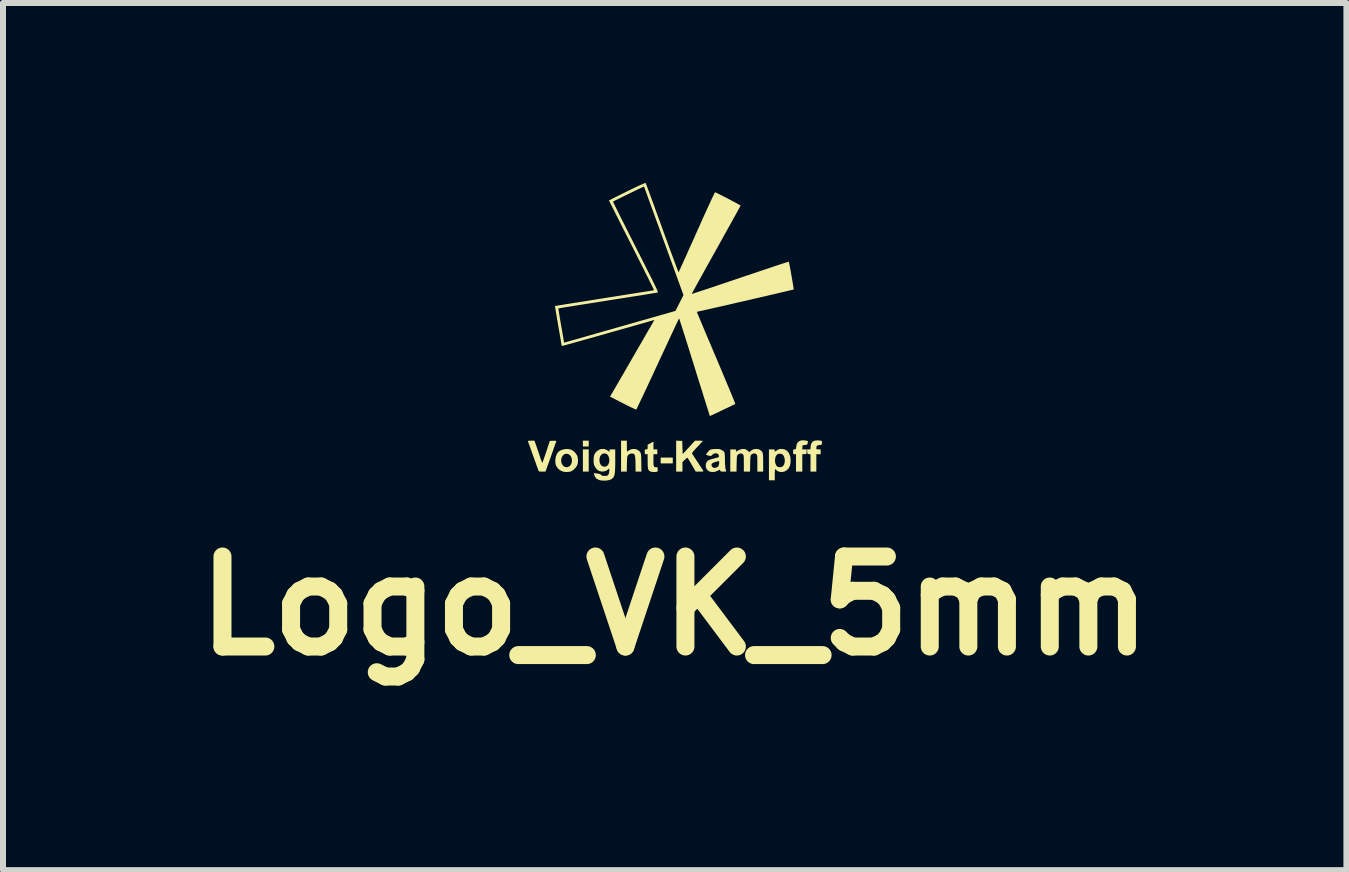
<source format=kicad_pcb>
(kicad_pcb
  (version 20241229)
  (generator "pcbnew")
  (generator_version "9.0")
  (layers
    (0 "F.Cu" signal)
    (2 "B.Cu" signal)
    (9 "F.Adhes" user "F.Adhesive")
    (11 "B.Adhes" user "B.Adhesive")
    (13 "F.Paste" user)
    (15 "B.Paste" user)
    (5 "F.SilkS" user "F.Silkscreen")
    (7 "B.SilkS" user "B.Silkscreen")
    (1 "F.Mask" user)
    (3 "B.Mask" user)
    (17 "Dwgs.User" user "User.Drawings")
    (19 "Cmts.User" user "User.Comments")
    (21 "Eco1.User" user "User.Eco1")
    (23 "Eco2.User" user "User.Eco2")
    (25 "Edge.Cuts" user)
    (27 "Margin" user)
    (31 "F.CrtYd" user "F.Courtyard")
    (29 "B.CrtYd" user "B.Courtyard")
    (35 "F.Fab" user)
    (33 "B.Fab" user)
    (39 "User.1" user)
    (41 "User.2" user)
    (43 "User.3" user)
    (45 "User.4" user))
  (footprint "Logo_VK_5mm"
    (layer "F.Cu")
    (at 8.193 2.473)
    (property "Reference" "Logo_VK_5mm" (at 0 4.572 0) (layer "F.SilkS") (effects (font (size 1.5 1.5) (thickness 0.3))))
    (attr board_only exclude_from_pos_files exclude_from_bom)
    (fp_poly (pts (xy -1.433 1.868) (xy -1.433 1.917) (xy -1.482 1.917) (xy -1.53 1.917) (xy -1.53 1.868) (xy -1.53 1.82) (xy -1.482 1.82) (xy -1.433 1.82)) (stroke (width 0) (type solid)) (fill yes) (layer "F.SilkS"))
    (fp_poly (pts (xy -1.433 2.15) (xy -1.433 2.335) (xy -1.482 2.335) (xy -1.53 2.335) (xy -1.53 2.15) (xy -1.53 1.965) (xy -1.482 1.965) (xy -1.433 1.965)) (stroke (width 0) (type solid)) (fill yes) (layer "F.SilkS"))
    (fp_poly (pts (xy -0.032 2.15) (xy -0.032 2.199) (xy -0.133 2.199) (xy -0.234 2.199) (xy -0.234 2.15) (xy -0.234 2.102) (xy -0.133 2.102) (xy -0.032 2.102)) (stroke (width 0) (type solid)) (fill yes) (layer "F.SilkS"))
    (fp_poly (pts (xy 2.42 1.818) (xy 2.442 1.823) (xy 2.453 1.829) (xy 2.455 1.842) (xy 2.453 1.862) (xy 2.453 1.865) (xy 2.448 1.882) (xy 2.441 1.89) (xy 2.424 1.892) (xy 2.412 1.893) (xy 2.383 1.897) (xy 2.366 1.91) (xy 2.36 1.935) (xy 2.36 1.944) (xy 2.361 1.957) (xy 2.368 1.963) (xy 2.385 1.965) (xy 2.396 1.965) (xy 2.432 1.965) (xy 2.432 2.005) (xy 2.432 2.046) (xy 2.396 2.046) (xy 2.36 2.046) (xy 2.36 2.19) (xy 2.36 2.335) (xy 2.311 2.335) (xy 2.263 2.335) (xy 2.263 2.191) (xy 2.263 2.047) (xy 2.237 2.044) (xy 2.221 2.041) (xy 2.213 2.035) (xy 2.209 2.019) (xy 2.208 2.003) (xy 2.206 1.965) (xy 2.233 1.965) (xy 2.261 1.965) (xy 2.265 1.916) (xy 2.273 1.875) (xy 2.289 1.846) (xy 2.315 1.827) (xy 2.338 1.819) (xy 2.363 1.816) (xy 2.392 1.815)) (stroke (width 0) (type solid)) (fill yes) (layer "F.SilkS"))
    (fp_poly (pts (xy 2.154 1.815) (xy 2.182 1.818) (xy 2.205 1.822) (xy 2.217 1.826) (xy 2.218 1.827) (xy 2.219 1.838) (xy 2.216 1.857) (xy 2.216 1.861) (xy 2.211 1.877) (xy 2.203 1.886) (xy 2.187 1.891) (xy 2.17 1.893) (xy 2.13 1.897) (xy 2.128 1.931) (xy 2.125 1.965) (xy 2.162 1.965) (xy 2.199 1.965) (xy 2.197 2.003) (xy 2.195 2.042) (xy 2.16 2.044) (xy 2.126 2.046) (xy 2.126 2.191) (xy 2.126 2.335) (xy 2.074 2.335) (xy 2.021 2.335) (xy 2.021 2.19) (xy 2.021 2.046) (xy 1.997 2.046) (xy 1.983 2.045) (xy 1.976 2.039) (xy 1.973 2.025) (xy 1.973 2.005) (xy 1.974 1.981) (xy 1.977 1.97) (xy 1.985 1.965) (xy 1.996 1.965) (xy 2.009 1.964) (xy 2.017 1.959) (xy 2.021 1.946) (xy 2.025 1.921) (xy 2.026 1.915) (xy 2.036 1.871) (xy 2.056 1.841) (xy 2.087 1.822) (xy 2.106 1.817) (xy 2.127 1.815)) (stroke (width 0) (type solid)) (fill yes) (layer "F.SilkS"))
    (fp_poly (pts (xy -0.797 1.914) (xy -0.797 1.954) (xy -0.796 1.98) (xy -0.795 1.994) (xy -0.792 2) (xy -0.787 1.999) (xy -0.783 1.995) (xy -0.745 1.971) (xy -0.703 1.959) (xy -0.661 1.959) (xy -0.622 1.971) (xy -0.589 1.994) (xy -0.579 2.006) (xy -0.572 2.017) (xy -0.567 2.027) (xy -0.564 2.041) (xy -0.561 2.06) (xy -0.559 2.088) (xy -0.558 2.126) (xy -0.557 2.177) (xy -0.557 2.184) (xy -0.554 2.335) (xy -0.603 2.335) (xy -0.652 2.335) (xy -0.653 2.229) (xy -0.654 2.162) (xy -0.657 2.11) (xy -0.663 2.073) (xy -0.671 2.05) (xy -0.676 2.043) (xy -0.689 2.037) (xy -0.711 2.034) (xy -0.717 2.034) (xy -0.745 2.038) (xy -0.768 2.053) (xy -0.771 2.056) (xy -0.779 2.065) (xy -0.785 2.073) (xy -0.789 2.085) (xy -0.792 2.102) (xy -0.794 2.127) (xy -0.795 2.163) (xy -0.796 2.207) (xy -0.799 2.335) (xy -0.846 2.335) (xy -0.894 2.335) (xy -0.894 2.078) (xy -0.894 1.82) (xy -0.846 1.82) (xy -0.797 1.82)) (stroke (width 0) (type solid)) (fill yes) (layer "F.SilkS"))
    (fp_poly (pts (xy -0.354 1.9) (xy -0.354 1.965) (xy -0.322 1.965) (xy -0.29 1.965) (xy -0.29 2.005) (xy -0.29 2.046) (xy -0.322 2.046) (xy -0.354 2.046) (xy -0.354 2.145) (xy -0.354 2.192) (xy -0.352 2.224) (xy -0.347 2.246) (xy -0.339 2.257) (xy -0.327 2.262) (xy -0.31 2.261) (xy -0.309 2.261) (xy -0.295 2.261) (xy -0.288 2.266) (xy -0.285 2.282) (xy -0.283 2.296) (xy -0.283 2.319) (xy -0.286 2.331) (xy -0.296 2.337) (xy -0.3 2.338) (xy -0.329 2.343) (xy -0.362 2.342) (xy -0.392 2.338) (xy -0.41 2.332) (xy -0.425 2.322) (xy -0.435 2.31) (xy -0.443 2.292) (xy -0.447 2.266) (xy -0.45 2.23) (xy -0.451 2.181) (xy -0.451 2.164) (xy -0.451 2.046) (xy -0.475 2.046) (xy -0.489 2.045) (xy -0.497 2.039) (xy -0.499 2.025) (xy -0.499 2.005) (xy -0.499 1.981) (xy -0.496 1.97) (xy -0.487 1.965) (xy -0.475 1.965) (xy -0.461 1.964) (xy -0.454 1.958) (xy -0.451 1.944) (xy -0.451 1.927) (xy -0.451 1.888) (xy -0.403 1.862) (xy -0.354 1.835)) (stroke (width 0) (type solid)) (fill yes) (layer "F.SilkS"))
    (fp_poly (pts (xy -1.74 1.965) (xy -1.706 1.981) (xy -1.672 2.007) (xy -1.643 2.04) (xy -1.623 2.075) (xy -1.621 2.083) (xy -1.611 2.139) (xy -1.615 2.197) (xy -1.62 2.218) (xy -1.636 2.249) (xy -1.661 2.281) (xy -1.691 2.309) (xy -1.722 2.329) (xy -1.736 2.335) (xy -1.773 2.341) (xy -1.814 2.342) (xy -1.85 2.338) (xy -1.86 2.336) (xy -1.911 2.313) (xy -1.95 2.279) (xy -1.978 2.235) (xy -1.981 2.227) (xy -1.986 2.207) (xy -1.989 2.177) (xy -1.99 2.15) (xy -1.893 2.15) (xy -1.887 2.191) (xy -1.871 2.224) (xy -1.848 2.248) (xy -1.82 2.261) (xy -1.789 2.262) (xy -1.758 2.249) (xy -1.747 2.241) (xy -1.725 2.211) (xy -1.714 2.174) (xy -1.713 2.134) (xy -1.722 2.096) (xy -1.742 2.065) (xy -1.747 2.06) (xy -1.777 2.042) (xy -1.808 2.037) (xy -1.838 2.046) (xy -1.863 2.066) (xy -1.882 2.096) (xy -1.892 2.134) (xy -1.893 2.15) (xy -1.99 2.15) (xy -1.99 2.149) (xy -1.983 2.091) (xy -1.963 2.04) (xy -1.942 2.01) (xy -1.912 1.987) (xy -1.872 1.97) (xy -1.825 1.96) (xy -1.777 1.959)) (stroke (width 0) (type solid)) (fill yes) (layer "F.SilkS"))
    (fp_poly (pts (xy 0.074 1.822) (xy 0.125 1.824) (xy 0.129 1.934) (xy 0.133 2.044) (xy 0.236 1.932) (xy 0.339 1.82) (xy 0.403 1.82) (xy 0.433 1.821) (xy 0.455 1.822) (xy 0.466 1.824) (xy 0.467 1.825) (xy 0.462 1.832) (xy 0.447 1.849) (xy 0.425 1.873) (xy 0.397 1.903) (xy 0.375 1.926) (xy 0.341 1.963) (xy 0.314 1.993) (xy 0.296 2.016) (xy 0.288 2.029) (xy 0.288 2.032) (xy 0.294 2.042) (xy 0.307 2.062) (xy 0.326 2.092) (xy 0.35 2.129) (xy 0.377 2.17) (xy 0.383 2.178) (xy 0.41 2.221) (xy 0.435 2.258) (xy 0.455 2.29) (xy 0.47 2.313) (xy 0.478 2.325) (xy 0.478 2.325) (xy 0.477 2.33) (xy 0.467 2.334) (xy 0.443 2.335) (xy 0.417 2.335) (xy 0.35 2.335) (xy 0.288 2.229) (xy 0.266 2.191) (xy 0.246 2.157) (xy 0.23 2.131) (xy 0.22 2.114) (xy 0.218 2.11) (xy 0.212 2.105) (xy 0.202 2.109) (xy 0.186 2.122) (xy 0.169 2.138) (xy 0.129 2.178) (xy 0.129 2.257) (xy 0.129 2.335) (xy 0.077 2.335) (xy 0.024 2.335) (xy 0.024 2.077) (xy 0.024 1.819)) (stroke (width 0) (type solid)) (fill yes) (layer "F.SilkS"))
    (fp_poly (pts (xy -2.305 1.911) (xy -2.289 1.958) (xy -2.27 2.013) (xy -2.252 2.067) (xy -2.242 2.096) (xy -2.23 2.132) (xy -2.219 2.162) (xy -2.211 2.182) (xy -2.207 2.19) (xy -2.207 2.19) (xy -2.203 2.183) (xy -2.195 2.163) (xy -2.184 2.131) (xy -2.17 2.09) (xy -2.153 2.043) (xy -2.141 2.007) (xy -2.081 1.824) (xy -2.027 1.822) (xy -2 1.821) (xy -1.98 1.823) (xy -1.973 1.826) (xy -1.973 1.826) (xy -1.976 1.835) (xy -1.983 1.857) (xy -1.995 1.89) (xy -2.01 1.934) (xy -2.028 1.985) (xy -2.048 2.042) (xy -2.063 2.084) (xy -2.153 2.335) (xy -2.208 2.335) (xy -2.238 2.335) (xy -2.255 2.333) (xy -2.264 2.328) (xy -2.27 2.318) (xy -2.272 2.313) (xy -2.277 2.3) (xy -2.286 2.274) (xy -2.3 2.237) (xy -2.316 2.191) (xy -2.335 2.139) (xy -2.355 2.082) (xy -2.36 2.07) (xy -2.38 2.013) (xy -2.399 1.96) (xy -2.415 1.914) (xy -2.429 1.877) (xy -2.439 1.85) (xy -2.444 1.835) (xy -2.444 1.834) (xy -2.446 1.827) (xy -2.44 1.823) (xy -2.425 1.821) (xy -2.397 1.82) (xy -2.394 1.82) (xy -2.337 1.82)) (stroke (width 0) (type solid)) (fill yes) (layer "F.SilkS"))
    (fp_poly (pts (xy 1.796 1.959) (xy 1.801 1.959) (xy 1.845 1.971) (xy 1.88 1.997) (xy 1.907 2.035) (xy 1.925 2.084) (xy 1.932 2.137) (xy 1.929 2.2) (xy 1.915 2.252) (xy 1.889 2.293) (xy 1.852 2.323) (xy 1.844 2.328) (xy 1.805 2.341) (xy 1.764 2.342) (xy 1.726 2.333) (xy 1.697 2.313) (xy 1.692 2.308) (xy 1.68 2.297) (xy 1.674 2.295) (xy 1.671 2.303) (xy 1.669 2.323) (xy 1.668 2.353) (xy 1.667 2.388) (xy 1.667 2.48) (xy 1.619 2.48) (xy 1.57 2.48) (xy 1.57 2.223) (xy 1.57 2.16) (xy 1.671 2.16) (xy 1.677 2.198) (xy 1.69 2.23) (xy 1.71 2.252) (xy 1.713 2.254) (xy 1.739 2.262) (xy 1.769 2.261) (xy 1.795 2.252) (xy 1.802 2.247) (xy 1.822 2.218) (xy 1.833 2.181) (xy 1.834 2.14) (xy 1.827 2.1) (xy 1.811 2.066) (xy 1.803 2.056) (xy 1.778 2.041) (xy 1.748 2.037) (xy 1.719 2.043) (xy 1.7 2.056) (xy 1.682 2.085) (xy 1.673 2.121) (xy 1.671 2.16) (xy 1.57 2.16) (xy 1.57 1.965) (xy 1.619 1.965) (xy 1.645 1.965) (xy 1.66 1.968) (xy 1.666 1.974) (xy 1.667 1.984) (xy 1.667 1.985) (xy 1.667 2.005) (xy 1.697 1.985) (xy 1.729 1.966) (xy 1.76 1.958)) (stroke (width 0) (type solid)) (fill yes) (layer "F.SilkS"))
    (fp_poly (pts (xy 1.17 1.96) (xy 1.171 1.96) (xy 1.19 1.969) (xy 1.212 1.984) (xy 1.219 1.989) (xy 1.246 2.013) (xy 1.261 1.996) (xy 1.292 1.973) (xy 1.328 1.96) (xy 1.368 1.958) (xy 1.406 1.966) (xy 1.438 1.985) (xy 1.457 2.007) (xy 1.463 2.018) (xy 1.467 2.03) (xy 1.47 2.046) (xy 1.472 2.069) (xy 1.473 2.101) (xy 1.474 2.145) (xy 1.474 2.184) (xy 1.474 2.335) (xy 1.425 2.335) (xy 1.377 2.335) (xy 1.377 2.199) (xy 1.377 2.148) (xy 1.376 2.112) (xy 1.375 2.086) (xy 1.373 2.069) (xy 1.369 2.057) (xy 1.364 2.049) (xy 1.36 2.045) (xy 1.338 2.033) (xy 1.311 2.034) (xy 1.285 2.047) (xy 1.276 2.054) (xy 1.27 2.061) (xy 1.266 2.071) (xy 1.263 2.086) (xy 1.261 2.109) (xy 1.259 2.142) (xy 1.258 2.187) (xy 1.258 2.203) (xy 1.255 2.335) (xy 1.203 2.335) (xy 1.152 2.335) (xy 1.152 2.199) (xy 1.151 2.148) (xy 1.151 2.112) (xy 1.15 2.086) (xy 1.147 2.069) (xy 1.144 2.057) (xy 1.139 2.049) (xy 1.135 2.045) (xy 1.113 2.033) (xy 1.086 2.034) (xy 1.059 2.047) (xy 1.051 2.054) (xy 1.045 2.061) (xy 1.041 2.071) (xy 1.037 2.086) (xy 1.035 2.109) (xy 1.034 2.142) (xy 1.033 2.187) (xy 1.032 2.203) (xy 1.03 2.335) (xy 0.978 2.335) (xy 0.926 2.335) (xy 0.926 2.15) (xy 0.926 1.965) (xy 0.974 1.965) (xy 1.001 1.965) (xy 1.016 1.968) (xy 1.022 1.974) (xy 1.023 1.984) (xy 1.023 1.985) (xy 1.023 2.005) (xy 1.054 1.985) (xy 1.092 1.967) (xy 1.132 1.958)) (stroke (width 0) (type solid)) (fill yes) (layer "F.SilkS"))
    (fp_poly (pts (xy 0.736 1.959) (xy 0.756 1.964) (xy 0.776 1.972) (xy 0.781 1.975) (xy 0.805 1.99) (xy 0.822 2.006) (xy 0.827 2.013) (xy 0.832 2.032) (xy 0.835 2.066) (xy 0.837 2.113) (xy 0.837 2.142) (xy 0.838 2.194) (xy 0.841 2.241) (xy 0.845 2.277) (xy 0.848 2.293) (xy 0.859 2.335) (xy 0.811 2.335) (xy 0.784 2.335) (xy 0.769 2.332) (xy 0.761 2.325) (xy 0.759 2.319) (xy 0.756 2.309) (xy 0.752 2.305) (xy 0.743 2.307) (xy 0.725 2.316) (xy 0.712 2.323) (xy 0.666 2.34) (xy 0.619 2.343) (xy 0.575 2.332) (xy 0.574 2.332) (xy 0.545 2.311) (xy 0.526 2.282) (xy 0.517 2.248) (xy 0.518 2.227) (xy 0.612 2.227) (xy 0.619 2.248) (xy 0.637 2.265) (xy 0.652 2.273) (xy 0.674 2.273) (xy 0.7 2.265) (xy 0.722 2.251) (xy 0.727 2.246) (xy 0.737 2.223) (xy 0.741 2.193) (xy 0.74 2.171) (xy 0.736 2.161) (xy 0.728 2.161) (xy 0.727 2.161) (xy 0.711 2.166) (xy 0.686 2.172) (xy 0.676 2.175) (xy 0.64 2.188) (xy 0.618 2.206) (xy 0.612 2.227) (xy 0.518 2.227) (xy 0.518 2.212) (xy 0.53 2.18) (xy 0.553 2.153) (xy 0.566 2.145) (xy 0.586 2.137) (xy 0.616 2.127) (xy 0.651 2.118) (xy 0.664 2.114) (xy 0.698 2.106) (xy 0.72 2.1) (xy 0.731 2.094) (xy 0.736 2.086) (xy 0.737 2.076) (xy 0.737 2.074) (xy 0.73 2.051) (xy 0.713 2.036) (xy 0.689 2.03) (xy 0.663 2.033) (xy 0.637 2.045) (xy 0.628 2.054) (xy 0.614 2.068) (xy 0.602 2.074) (xy 0.586 2.073) (xy 0.564 2.069) (xy 0.541 2.063) (xy 0.527 2.057) (xy 0.523 2.054) (xy 0.529 2.041) (xy 0.542 2.021) (xy 0.559 2) (xy 0.576 1.983) (xy 0.582 1.978) (xy 0.598 1.969) (xy 0.619 1.964) (xy 0.65 1.96) (xy 0.674 1.959) (xy 0.711 1.958)) (stroke (width 0) (type solid)) (fill yes) (layer "F.SilkS"))
    (fp_poly (pts (xy -1.153 1.965) (xy -1.121 1.982) (xy -1.117 1.985) (xy -1.087 2.005) (xy -1.087 1.985) (xy -1.086 1.974) (xy -1.08 1.968) (xy -1.066 1.965) (xy -1.04 1.965) (xy -1.039 1.965) (xy -0.991 1.965) (xy -0.991 2.145) (xy -0.991 2.222) (xy -0.993 2.285) (xy -0.996 2.335) (xy -1.001 2.374) (xy -1.008 2.404) (xy -1.019 2.427) (xy -1.032 2.444) (xy -1.049 2.458) (xy -1.067 2.468) (xy -1.1 2.478) (xy -1.142 2.485) (xy -1.188 2.486) (xy -1.231 2.482) (xy -1.251 2.478) (xy -1.278 2.467) (xy -1.302 2.453) (xy -1.309 2.448) (xy -1.321 2.432) (xy -1.333 2.41) (xy -1.342 2.388) (xy -1.345 2.371) (xy -1.344 2.364) (xy -1.335 2.363) (xy -1.314 2.365) (xy -1.288 2.368) (xy -1.255 2.374) (xy -1.235 2.382) (xy -1.225 2.391) (xy -1.215 2.401) (xy -1.2 2.406) (xy -1.174 2.408) (xy -1.168 2.408) (xy -1.135 2.406) (xy -1.114 2.397) (xy -1.101 2.379) (xy -1.093 2.349) (xy -1.091 2.333) (xy -1.089 2.304) (xy -1.092 2.289) (xy -1.101 2.289) (xy -1.112 2.3) (xy -1.137 2.319) (xy -1.172 2.331) (xy -1.21 2.335) (xy -1.247 2.329) (xy -1.254 2.327) (xy -1.287 2.307) (xy -1.316 2.276) (xy -1.338 2.238) (xy -1.342 2.228) (xy -1.35 2.191) (xy -1.352 2.148) (xy -1.351 2.126) (xy -1.254 2.126) (xy -1.253 2.17) (xy -1.252 2.176) (xy -1.24 2.211) (xy -1.219 2.237) (xy -1.191 2.252) (xy -1.161 2.254) (xy -1.131 2.243) (xy -1.125 2.238) (xy -1.104 2.213) (xy -1.093 2.18) (xy -1.089 2.143) (xy -1.094 2.106) (xy -1.107 2.072) (xy -1.127 2.047) (xy -1.143 2.038) (xy -1.176 2.031) (xy -1.204 2.039) (xy -1.228 2.059) (xy -1.245 2.088) (xy -1.254 2.126) (xy -1.351 2.126) (xy -1.35 2.104) (xy -1.343 2.065) (xy -1.332 2.037) (xy -1.304 2.002) (xy -1.268 1.975) (xy -1.229 1.96) (xy -1.221 1.959) (xy -1.184 1.958)) (stroke (width 0) (type solid)) (fill yes) (layer "F.SilkS"))
    (fp_poly (pts (xy -0.483 -2.472) (xy -0.48 -2.464) (xy -0.471 -2.441) (xy -0.458 -2.405) (xy -0.44 -2.357) (xy -0.418 -2.298) (xy -0.393 -2.229) (xy -0.364 -2.151) (xy -0.333 -2.065) (xy -0.3 -1.973) (xy -0.264 -1.875) (xy -0.226 -1.772) (xy -0.209 -1.723) (xy -0.171 -1.619) (xy -0.134 -1.519) (xy -0.1 -1.424) (xy -0.068 -1.336) (xy -0.038 -1.256) (xy -0.011 -1.184) (xy 0.012 -1.122) (xy 0.031 -1.07) (xy 0.047 -1.03) (xy 0.057 -1.002) (xy 0.063 -0.988) (xy 0.064 -0.986) (xy 0.068 -0.994) (xy 0.078 -1.015) (xy 0.094 -1.049) (xy 0.114 -1.095) (xy 0.14 -1.151) (xy 0.17 -1.216) (xy 0.203 -1.29) (xy 0.239 -1.372) (xy 0.279 -1.46) (xy 0.321 -1.553) (xy 0.364 -1.65) (xy 0.366 -1.654) (xy 0.41 -1.752) (xy 0.451 -1.845) (xy 0.491 -1.933) (xy 0.528 -2.015) (xy 0.562 -2.089) (xy 0.592 -2.154) (xy 0.618 -2.21) (xy 0.64 -2.256) (xy 0.656 -2.29) (xy 0.667 -2.311) (xy 0.672 -2.319) (xy 0.672 -2.319) (xy 0.682 -2.316) (xy 0.703 -2.306) (xy 0.735 -2.29) (xy 0.773 -2.271) (xy 0.817 -2.249) (xy 0.864 -2.225) (xy 0.912 -2.2) (xy 0.958 -2.175) (xy 1.002 -2.152) (xy 1.039 -2.132) (xy 1.069 -2.115) (xy 1.09 -2.103) (xy 1.098 -2.097) (xy 1.098 -2.097) (xy 1.094 -2.089) (xy 1.083 -2.068) (xy 1.064 -2.035) (xy 1.04 -1.99) (xy 1.01 -1.936) (xy 0.974 -1.871) (xy 0.934 -1.799) (xy 0.889 -1.719) (xy 0.841 -1.632) (xy 0.79 -1.54) (xy 0.736 -1.443) (xy 0.689 -1.358) (xy 0.633 -1.258) (xy 0.579 -1.162) (xy 0.528 -1.071) (xy 0.481 -0.985) (xy 0.438 -0.907) (xy 0.398 -0.836) (xy 0.364 -0.774) (xy 0.335 -0.721) (xy 0.312 -0.679) (xy 0.295 -0.648) (xy 0.286 -0.63) (xy 0.283 -0.624) (xy 0.291 -0.627) (xy 0.313 -0.634) (xy 0.348 -0.645) (xy 0.396 -0.661) (xy 0.455 -0.68) (xy 0.524 -0.703) (xy 0.603 -0.729) (xy 0.689 -0.758) (xy 0.783 -0.79) (xy 0.883 -0.824) (xy 0.989 -0.859) (xy 1.091 -0.894) (xy 1.201 -0.931) (xy 1.306 -0.966) (xy 1.406 -1) (xy 1.499 -1.031) (xy 1.586 -1.06) (xy 1.663 -1.086) (xy 1.732 -1.109) (xy 1.79 -1.128) (xy 1.837 -1.143) (xy 1.872 -1.154) (xy 1.893 -1.161) (xy 1.9 -1.163) (xy 1.903 -1.154) (xy 1.908 -1.131) (xy 1.915 -1.098) (xy 1.923 -1.057) (xy 1.932 -1.009) (xy 1.941 -0.957) (xy 1.95 -0.905) (xy 1.959 -0.853) (xy 1.967 -0.806) (xy 1.974 -0.764) (xy 1.979 -0.731) (xy 1.982 -0.709) (xy 1.983 -0.7) (xy 1.983 -0.7) (xy 1.974 -0.697) (xy 1.951 -0.691) (xy 1.915 -0.683) (xy 1.868 -0.671) (xy 1.809 -0.658) (xy 1.741 -0.642) (xy 1.666 -0.624) (xy 1.583 -0.605) (xy 1.495 -0.584) (xy 1.403 -0.563) (xy 1.307 -0.541) (xy 1.211 -0.518) (xy 1.113 -0.496) (xy 1.017 -0.474) (xy 0.923 -0.452) (xy 0.832 -0.431) (xy 0.746 -0.412) (xy 0.666 -0.394) (xy 0.593 -0.377) (xy 0.529 -0.363) (xy 0.474 -0.35) (xy 0.431 -0.341) (xy 0.4 -0.334) (xy 0.383 -0.331) (xy 0.38 -0.33) (xy 0.372 -0.324) (xy 0.373 -0.316) (xy 0.376 -0.307) (xy 0.386 -0.284) (xy 0.401 -0.248) (xy 0.421 -0.2) (xy 0.445 -0.142) (xy 0.474 -0.074) (xy 0.506 0.003) (xy 0.542 0.088) (xy 0.581 0.179) (xy 0.622 0.277) (xy 0.665 0.379) (xy 0.696 0.45) (xy 0.74 0.555) (xy 0.782 0.655) (xy 0.822 0.75) (xy 0.859 0.839) (xy 0.893 0.92) (xy 0.924 0.994) (xy 0.95 1.058) (xy 0.972 1.112) (xy 0.99 1.155) (xy 1.002 1.186) (xy 1.008 1.204) (xy 1.009 1.208) (xy 1.001 1.212) (xy 0.98 1.223) (xy 0.95 1.237) (xy 0.912 1.256) (xy 0.868 1.277) (xy 0.821 1.299) (xy 0.773 1.322) (xy 0.726 1.345) (xy 0.682 1.365) (xy 0.644 1.383) (xy 0.614 1.397) (xy 0.594 1.406) (xy 0.586 1.409) (xy 0.583 1.402) (xy 0.576 1.38) (xy 0.565 1.345) (xy 0.55 1.297) (xy 0.531 1.238) (xy 0.51 1.168) (xy 0.485 1.09) (xy 0.458 1.002) (xy 0.428 0.908) (xy 0.396 0.807) (xy 0.363 0.701) (xy 0.331 0.596) (xy 0.296 0.485) (xy 0.263 0.379) (xy 0.232 0.279) (xy 0.202 0.185) (xy 0.175 0.098) (xy 0.15 0.02) (xy 0.128 -0.049) (xy 0.109 -0.108) (xy 0.094 -0.155) (xy 0.083 -0.189) (xy 0.076 -0.211) (xy 0.073 -0.217) (xy 0.069 -0.21) (xy 0.059 -0.189) (xy 0.043 -0.156) (xy 0.021 -0.11) (xy -0.005 -0.054) (xy -0.036 0.012) (xy -0.071 0.086) (xy -0.109 0.169) (xy -0.151 0.258) (xy -0.195 0.354) (xy -0.242 0.454) (xy -0.282 0.54) (xy -0.33 0.644) (xy -0.376 0.744) (xy -0.421 0.839) (xy -0.462 0.928) (xy -0.5 1.009) (xy -0.535 1.083) (xy -0.566 1.147) (xy -0.592 1.202) (xy -0.613 1.246) (xy -0.628 1.278) (xy -0.638 1.297) (xy -0.641 1.302) (xy -0.651 1.299) (xy -0.672 1.29) (xy -0.704 1.275) (xy -0.745 1.256) (xy -0.793 1.232) (xy -0.846 1.205) (xy -0.864 1.196) (xy -1.078 1.086) (xy -1.056 1.048) (xy -1.049 1.037) (xy -1.034 1.012) (xy -1.013 0.976) (xy -0.986 0.929) (xy -0.953 0.872) (xy -0.915 0.807) (xy -0.873 0.734) (xy -0.827 0.655) (xy -0.778 0.57) (xy -0.727 0.481) (xy -0.673 0.388) (xy -0.619 0.294) (xy -0.563 0.198) (xy -0.508 0.103) (xy -0.454 0.008) (xy -0.4 -0.084) (xy -0.349 -0.174) (xy -0.341 -0.187) (xy -0.343 -0.19) (xy -0.348 -0.189) (xy -0.36 -0.186) (xy -0.386 -0.178) (xy -0.425 -0.167) (xy -0.475 -0.152) (xy -0.535 -0.135) (xy -0.604 -0.116) (xy -0.68 -0.094) (xy -0.763 -0.07) (xy -0.85 -0.046) (xy -0.941 -0.02) (xy -1.034 0.006) (xy -1.129 0.033) (xy -1.223 0.06) (xy -1.315 0.086) (xy -1.405 0.111) (xy -1.49 0.135) (xy -1.571 0.158) (xy -1.644 0.178) (xy -1.71 0.197) (xy -1.766 0.212) (xy -1.812 0.225) (xy -1.846 0.234) (xy -1.867 0.24) (xy -1.873 0.242) (xy -1.883 0.237) (xy -1.884 0.234) (xy -1.886 0.225) (xy -1.89 0.202) (xy -1.896 0.166) (xy -1.903 0.119) (xy -1.913 0.063) (xy -1.924 0.000466) (xy -1.936 -0.068) (xy -1.941 -0.098) (xy -1.953 -0.168) (xy -1.964 -0.233) (xy -1.974 -0.291) (xy -1.982 -0.34) (xy -1.988 -0.38) (xy -1.989 -0.383) (xy -1.939 -0.383) (xy -1.938 -0.375) (xy -1.935 -0.353) (xy -1.929 -0.318) (xy -1.922 -0.273) (xy -1.913 -0.22) (xy -1.903 -0.16) (xy -1.893 -0.101) (xy -1.881 -0.036) (xy -1.871 0.024) (xy -1.862 0.077) (xy -1.854 0.121) (xy -1.849 0.154) (xy -1.845 0.175) (xy -1.844 0.182) (xy -1.838 0.185) (xy -1.838 0.185) (xy -1.83 0.183) (xy -1.807 0.176) (xy -1.77 0.166) (xy -1.721 0.152) (xy -1.661 0.135) (xy -1.589 0.115) (xy -1.508 0.092) (xy -1.418 0.066) (xy -1.32 0.038) (xy -1.216 0.008) (xy -1.105 -0.023) (xy -0.99 -0.056) (xy -0.91 -0.079) (xy 0.012 -0.342) (xy 0.079 -0.474) (xy 0.146 -0.606) (xy -0.182 -1.509) (xy -0.224 -1.625) (xy -0.264 -1.736) (xy -0.303 -1.842) (xy -0.339 -1.942) (xy -0.373 -2.035) (xy -0.404 -2.12) (xy -0.432 -2.196) (xy -0.456 -2.263) (xy -0.476 -2.318) (xy -0.492 -2.362) (xy -0.504 -2.393) (xy -0.51 -2.411) (xy -0.512 -2.415) (xy -0.519 -2.412) (xy -0.539 -2.403) (xy -0.569 -2.388) (xy -0.608 -2.37) (xy -0.653 -2.348) (xy -0.703 -2.324) (xy -0.755 -2.299) (xy -0.808 -2.273) (xy -0.86 -2.248) (xy -0.908 -2.224) (xy -0.95 -2.203) (xy -0.986 -2.186) (xy -1.012 -2.172) (xy -1.026 -2.165) (xy -1.029 -2.163) (xy -1.025 -2.156) (xy -1.016 -2.135) (xy -0.999 -2.102) (xy -0.977 -2.057) (xy -0.949 -2.001) (xy -0.917 -1.936) (xy -0.88 -1.862) (xy -0.839 -1.781) (xy -0.794 -1.692) (xy -0.747 -1.598) (xy -0.697 -1.499) (xy -0.65 -1.406) (xy -0.588 -1.285) (xy -0.534 -1.178) (xy -0.486 -1.083) (xy -0.445 -1) (xy -0.409 -0.929) (xy -0.378 -0.868) (xy -0.353 -0.816) (xy -0.332 -0.773) (xy -0.315 -0.738) (xy -0.302 -0.71) (xy -0.293 -0.689) (xy -0.287 -0.673) (xy -0.283 -0.661) (xy -0.282 -0.654) (xy -0.282 -0.65) (xy -0.284 -0.648) (xy -0.285 -0.648) (xy -0.296 -0.646) (xy -0.321 -0.642) (xy -0.36 -0.636) (xy -0.409 -0.628) (xy -0.469 -0.618) (xy -0.536 -0.607) (xy -0.611 -0.595) (xy -0.69 -0.583) (xy -0.733 -0.576) (xy -0.897 -0.55) (xy -1.046 -0.527) (xy -1.18 -0.505) (xy -1.301 -0.486) (xy -1.408 -0.469) (xy -1.504 -0.454) (xy -1.587 -0.441) (xy -1.66 -0.429) (xy -1.722 -0.419) (xy -1.775 -0.411) (xy -1.819 -0.404) (xy -1.855 -0.398) (xy -1.883 -0.393) (xy -1.905 -0.39) (xy -1.92 -0.387) (xy -1.931 -0.385) (xy -1.937 -0.384) (xy -1.939 -0.383) (xy -1.989 -0.383) (xy -1.993 -0.408) (xy -1.995 -0.422) (xy -1.995 -0.424) (xy -1.987 -0.425) (xy -1.964 -0.429) (xy -1.927 -0.435) (xy -1.878 -0.443) (xy -1.817 -0.453) (xy -1.745 -0.464) (xy -1.664 -0.477) (xy -1.574 -0.491) (xy -1.476 -0.507) (xy -1.372 -0.523) (xy -1.263 -0.541) (xy -1.172 -0.555) (xy -1.059 -0.573) (xy -0.95 -0.59) (xy -0.847 -0.607) (xy -0.751 -0.622) (xy -0.662 -0.636) (xy -0.582 -0.649) (xy -0.512 -0.66) (xy -0.453 -0.669) (xy -0.405 -0.677) (xy -0.371 -0.682) (xy -0.35 -0.686) (xy -0.345 -0.687) (xy -0.348 -0.694) (xy -0.357 -0.715) (xy -0.373 -0.748) (xy -0.395 -0.793) (xy -0.423 -0.848) (xy -0.455 -0.913) (xy -0.492 -0.986) (xy -0.532 -1.067) (xy -0.577 -1.155) (xy -0.624 -1.249) (xy -0.674 -1.348) (xy -0.717 -1.433) (xy -0.769 -1.536) (xy -0.819 -1.634) (xy -0.866 -1.727) (xy -0.91 -1.814) (xy -0.95 -1.894) (xy -0.987 -1.967) (xy -1.019 -2.03) (xy -1.046 -2.084) (xy -1.068 -2.127) (xy -1.083 -2.158) (xy -1.093 -2.177) (xy -1.095 -2.182) (xy -1.088 -2.187) (xy -1.068 -2.197) (xy -1.037 -2.213) (xy -0.995 -2.234) (xy -0.945 -2.259) (xy -0.888 -2.287) (xy -0.826 -2.318) (xy -0.792 -2.335) (xy -0.712 -2.374) (xy -0.646 -2.406) (xy -0.592 -2.431) (xy -0.55 -2.45) (xy -0.519 -2.463) (xy -0.498 -2.471) (xy -0.486 -2.473)) (stroke (width 0) (type solid)) (fill yes) (layer "F.SilkS")))
  (gr_rect
    (start -3 -3)
    (end 19.386 11.449)
    (stroke (width 0.1) (type default))
    (fill no)
    (layer "Edge.Cuts")))
</source>
